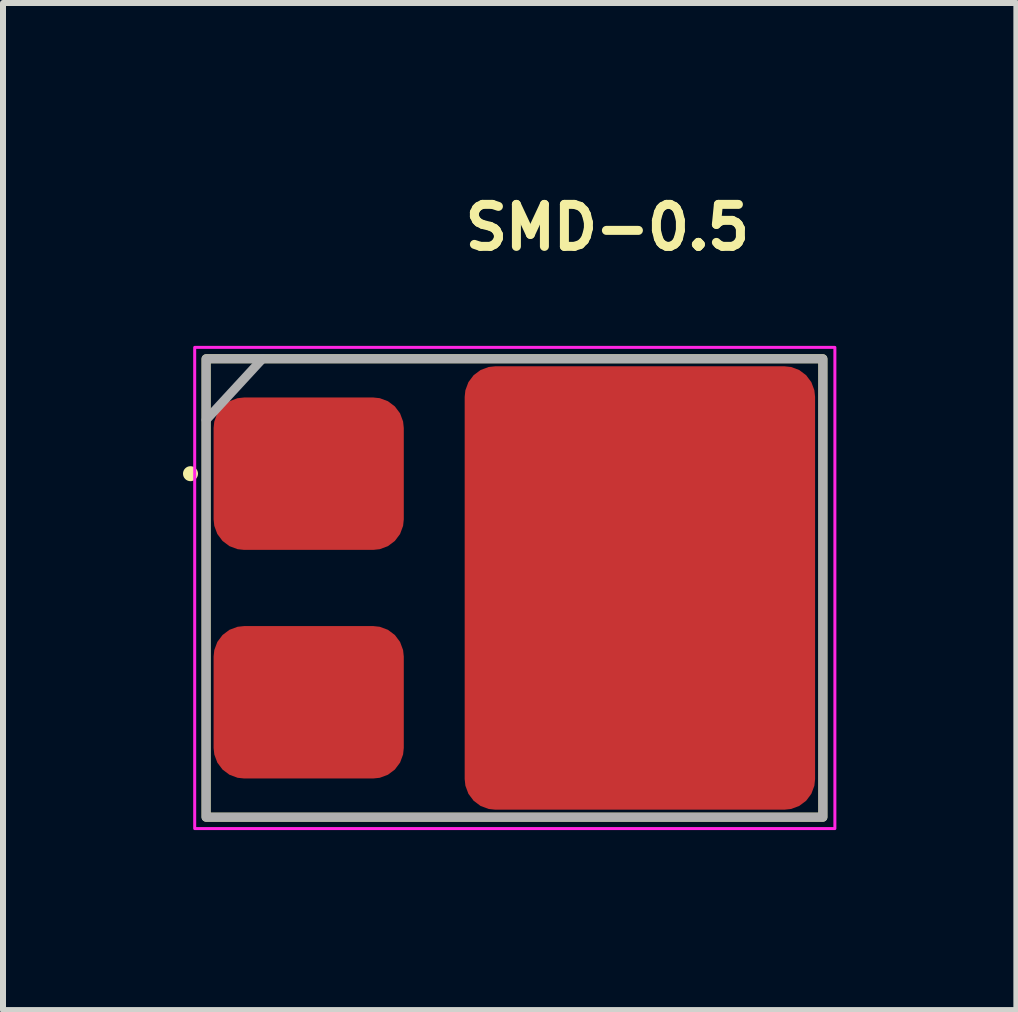
<source format=kicad_pcb>
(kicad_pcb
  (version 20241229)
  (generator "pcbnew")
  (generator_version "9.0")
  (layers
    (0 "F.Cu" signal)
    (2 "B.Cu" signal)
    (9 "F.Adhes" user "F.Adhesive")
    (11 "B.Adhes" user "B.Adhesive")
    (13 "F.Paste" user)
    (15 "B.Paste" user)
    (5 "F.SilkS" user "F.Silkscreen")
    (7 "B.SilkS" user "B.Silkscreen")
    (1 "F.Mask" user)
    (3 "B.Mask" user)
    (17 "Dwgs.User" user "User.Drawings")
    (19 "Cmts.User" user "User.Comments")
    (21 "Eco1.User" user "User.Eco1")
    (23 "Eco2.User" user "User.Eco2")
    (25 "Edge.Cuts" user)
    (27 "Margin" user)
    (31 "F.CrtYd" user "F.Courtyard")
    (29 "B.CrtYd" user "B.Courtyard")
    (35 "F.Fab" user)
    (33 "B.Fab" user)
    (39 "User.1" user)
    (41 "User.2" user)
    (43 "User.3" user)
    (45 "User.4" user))
  (footprint "SMD-0.5"
    (layer "F.Cu")
    (at 5.525 6.75)
    (property "Reference" "SMD-0.5" (at -0.9 -5.6 0) (layer "F.SilkS") (effects (font (size 0.7 0.7) (thickness 0.15)) (justify left bottom)))
    (attr smd)
    (fp_rect (start -5.14 -3.82) (end 5.14 3.82) (stroke (width 0.15) (type solid)) (fill no) (layer "F.SilkS"))
    (fp_circle (center -5.4 -1.905) (end -5.35 -1.905) (stroke (width 0.15) (type solid)) (fill yes) (layer "F.SilkS"))
    (fp_rect (start -5.33 -4.01) (end 5.34 4.01) (stroke (width 0.05) (type solid)) (fill no) (layer "F.CrtYd"))
    (fp_line (start -4.2 -3.82) (end -5.14 -2.8) (stroke (width 0.15) (type default)) (layer "F.Fab"))
    (fp_rect (start -5.14 -3.82) (end 5.14 3.82) (stroke (width 0.15) (type solid)) (fill no) (layer "F.Fab"))
    (fp_rect (start -5.08 -3.759) (end 5.08 3.759) (stroke (width 0.1) (type solid)) (fill no) (layer "User.5"))
    (fp_line (start -5.08 -3.251) (end -5.08 3.251) (stroke (width 0.02) (type solid)) (layer "User.9"))
    (fp_line (start -5.08 3.251) (end -5.076 3.312) (stroke (width 0.02) (type solid)) (layer "User.9"))
    (fp_line (start -5.076 -3.312) (end -5.08 -3.251) (stroke (width 0.02) (type solid)) (layer "User.9"))
    (fp_line (start -5.076 3.312) (end -5.065 3.373) (stroke (width 0.02) (type solid)) (layer "User.9"))
    (fp_line (start -5.065 -3.373) (end -5.076 -3.312) (stroke (width 0.02) (type solid)) (layer "User.9"))
    (fp_line (start -5.065 3.373) (end -5.047 3.431) (stroke (width 0.02) (type solid)) (layer "User.9"))
    (fp_line (start -5.047 -3.431) (end -5.065 -3.373) (stroke (width 0.02) (type solid)) (layer "User.9"))
    (fp_line (start -5.047 3.431) (end -5.022 3.487) (stroke (width 0.02) (type solid)) (layer "User.9"))
    (fp_line (start -5.022 -3.487) (end -5.047 -3.431) (stroke (width 0.02) (type solid)) (layer "User.9"))
    (fp_line (start -5.022 3.487) (end -4.99 3.54) (stroke (width 0.02) (type solid)) (layer "User.9"))
    (fp_line (start -4.99 -3.54) (end -5.022 -3.487) (stroke (width 0.02) (type solid)) (layer "User.9"))
    (fp_line (start -4.99 3.54) (end -4.952 3.588) (stroke (width 0.02) (type solid)) (layer "User.9"))
    (fp_line (start -4.952 -3.588) (end -4.99 -3.54) (stroke (width 0.02) (type solid)) (layer "User.9"))
    (fp_line (start -4.952 3.588) (end -4.909 3.631) (stroke (width 0.02) (type solid)) (layer "User.9"))
    (fp_line (start -4.909 -3.631) (end -4.952 -3.588) (stroke (width 0.02) (type solid)) (layer "User.9"))
    (fp_line (start -4.909 3.631) (end -4.861 3.669) (stroke (width 0.02) (type solid)) (layer "User.9"))
    (fp_line (start -4.902 -3.251) (end -4.902 3.251) (stroke (width 0.02) (type solid)) (layer "User.9"))
    (fp_line (start -4.902 3.251) (end -4.899 3.298) (stroke (width 0.02) (type solid)) (layer "User.9"))
    (fp_line (start -4.899 -3.298) (end -4.902 -3.251) (stroke (width 0.02) (type solid)) (layer "User.9"))
    (fp_line (start -4.899 3.298) (end -4.889 3.344) (stroke (width 0.02) (type solid)) (layer "User.9"))
    (fp_line (start -4.889 -3.344) (end -4.899 -3.298) (stroke (width 0.02) (type solid)) (layer "User.9"))
    (fp_line (start -4.889 3.344) (end -4.872 3.388) (stroke (width 0.02) (type solid)) (layer "User.9"))
    (fp_line (start -4.872 -3.388) (end -4.889 -3.344) (stroke (width 0.02) (type solid)) (layer "User.9"))
    (fp_line (start -4.872 3.388) (end -4.85 3.43) (stroke (width 0.02) (type solid)) (layer "User.9"))
    (fp_line (start -4.861 -3.669) (end -4.909 -3.631) (stroke (width 0.02) (type solid)) (layer "User.9"))
    (fp_line (start -4.861 3.669) (end -4.808 3.701) (stroke (width 0.02) (type solid)) (layer "User.9"))
    (fp_line (start -4.85 -3.43) (end -4.872 -3.388) (stroke (width 0.02) (type solid)) (layer "User.9"))
    (fp_line (start -4.85 3.43) (end -4.822 3.467) (stroke (width 0.02) (type solid)) (layer "User.9"))
    (fp_line (start -4.822 -3.467) (end -4.85 -3.43) (stroke (width 0.02) (type solid)) (layer "User.9"))
    (fp_line (start -4.822 3.467) (end -4.788 3.501) (stroke (width 0.02) (type solid)) (layer "User.9"))
    (fp_line (start -4.808 -3.701) (end -4.861 -3.669) (stroke (width 0.02) (type solid)) (layer "User.9"))
    (fp_line (start -4.808 3.701) (end -4.752 3.726) (stroke (width 0.02) (type solid)) (layer "User.9"))
    (fp_line (start -4.788 -3.501) (end -4.822 -3.467) (stroke (width 0.02) (type solid)) (layer "User.9"))
    (fp_line (start -4.788 3.501) (end -4.751 3.529) (stroke (width 0.02) (type solid)) (layer "User.9"))
    (fp_line (start -4.752 -3.726) (end -4.808 -3.701) (stroke (width 0.02) (type solid)) (layer "User.9"))
    (fp_line (start -4.752 3.726) (end -4.694 3.744) (stroke (width 0.02) (type solid)) (layer "User.9"))
    (fp_line (start -4.751 -3.529) (end -4.788 -3.501) (stroke (width 0.02) (type solid)) (layer "User.9"))
    (fp_line (start -4.751 3.529) (end -4.709 3.552) (stroke (width 0.02) (type solid)) (layer "User.9"))
    (fp_line (start -4.709 -3.552) (end -4.751 -3.529) (stroke (width 0.02) (type solid)) (layer "User.9"))
    (fp_line (start -4.709 3.552) (end -4.665 3.568) (stroke (width 0.02) (type solid)) (layer "User.9"))
    (fp_line (start -4.694 -3.744) (end -4.752 -3.726) (stroke (width 0.02) (type solid)) (layer "User.9"))
    (fp_line (start -4.694 3.744) (end -4.633 3.755) (stroke (width 0.02) (type solid)) (layer "User.9"))
    (fp_line (start -4.665 -3.568) (end -4.709 -3.552) (stroke (width 0.02) (type solid)) (layer "User.9"))
    (fp_line (start -4.665 3.568) (end -4.619 3.578) (stroke (width 0.02) (type solid)) (layer "User.9"))
    (fp_line (start -4.633 -3.755) (end -4.694 -3.744) (stroke (width 0.02) (type solid)) (layer "User.9"))
    (fp_line (start -4.633 3.755) (end -4.572 3.759) (stroke (width 0.02) (type solid)) (layer "User.9"))
    (fp_line (start -4.619 -3.578) (end -4.665 -3.568) (stroke (width 0.02) (type solid)) (layer "User.9"))
    (fp_line (start -4.619 3.578) (end -4.572 3.581) (stroke (width 0.02) (type solid)) (layer "User.9"))
    (fp_line (start -4.572 -3.759) (end -4.633 -3.755) (stroke (width 0.02) (type solid)) (layer "User.9"))
    (fp_line (start -4.572 -3.581) (end -4.619 -3.578) (stroke (width 0.02) (type solid)) (layer "User.9"))
    (fp_line (start -4.572 3.581) (end 4.572 3.581) (stroke (width 0.02) (type solid)) (layer "User.9"))
    (fp_line (start -4.572 3.759) (end 4.572 3.759) (stroke (width 0.02) (type solid)) (layer "User.9"))
    (fp_line (start 4.572 -3.759) (end -4.572 -3.759) (stroke (width 0.02) (type solid)) (layer "User.9"))
    (fp_line (start 4.572 -3.581) (end -4.572 -3.581) (stroke (width 0.02) (type solid)) (layer "User.9"))
    (fp_line (start 4.572 3.581) (end 4.619 3.578) (stroke (width 0.02) (type solid)) (layer "User.9"))
    (fp_line (start 4.572 3.759) (end 4.633 3.755) (stroke (width 0.02) (type solid)) (layer "User.9"))
    (fp_line (start 4.619 -3.578) (end 4.572 -3.581) (stroke (width 0.02) (type solid)) (layer "User.9"))
    (fp_line (start 4.619 3.578) (end 4.665 3.568) (stroke (width 0.02) (type solid)) (layer "User.9"))
    (fp_line (start 4.633 -3.755) (end 4.572 -3.759) (stroke (width 0.02) (type solid)) (layer "User.9"))
    (fp_line (start 4.633 3.755) (end 4.694 3.744) (stroke (width 0.02) (type solid)) (layer "User.9"))
    (fp_line (start 4.665 -3.568) (end 4.619 -3.578) (stroke (width 0.02) (type solid)) (layer "User.9"))
    (fp_line (start 4.665 3.568) (end 4.709 3.552) (stroke (width 0.02) (type solid)) (layer "User.9"))
    (fp_line (start 4.694 -3.744) (end 4.633 -3.755) (stroke (width 0.02) (type solid)) (layer "User.9"))
    (fp_line (start 4.694 3.744) (end 4.752 3.726) (stroke (width 0.02) (type solid)) (layer "User.9"))
    (fp_line (start 4.709 -3.552) (end 4.665 -3.568) (stroke (width 0.02) (type solid)) (layer "User.9"))
    (fp_line (start 4.709 3.552) (end 4.751 3.529) (stroke (width 0.02) (type solid)) (layer "User.9"))
    (fp_line (start 4.751 -3.529) (end 4.709 -3.552) (stroke (width 0.02) (type solid)) (layer "User.9"))
    (fp_line (start 4.751 3.529) (end 4.788 3.501) (stroke (width 0.02) (type solid)) (layer "User.9"))
    (fp_line (start 4.752 -3.726) (end 4.694 -3.744) (stroke (width 0.02) (type solid)) (layer "User.9"))
    (fp_line (start 4.752 3.726) (end 4.808 3.701) (stroke (width 0.02) (type solid)) (layer "User.9"))
    (fp_line (start 4.788 -3.501) (end 4.751 -3.529) (stroke (width 0.02) (type solid)) (layer "User.9"))
    (fp_line (start 4.788 3.501) (end 4.822 3.467) (stroke (width 0.02) (type solid)) (layer "User.9"))
    (fp_line (start 4.808 -3.701) (end 4.752 -3.726) (stroke (width 0.02) (type solid)) (layer "User.9"))
    (fp_line (start 4.808 3.701) (end 4.861 3.669) (stroke (width 0.02) (type solid)) (layer "User.9"))
    (fp_line (start 4.822 -3.467) (end 4.788 -3.501) (stroke (width 0.02) (type solid)) (layer "User.9"))
    (fp_line (start 4.822 3.467) (end 4.85 3.43) (stroke (width 0.02) (type solid)) (layer "User.9"))
    (fp_line (start 4.85 -3.43) (end 4.822 -3.467) (stroke (width 0.02) (type solid)) (layer "User.9"))
    (fp_line (start 4.85 3.43) (end 4.872 3.388) (stroke (width 0.02) (type solid)) (layer "User.9"))
    (fp_line (start 4.861 -3.669) (end 4.808 -3.701) (stroke (width 0.02) (type solid)) (layer "User.9"))
    (fp_line (start 4.861 3.669) (end 4.909 3.631) (stroke (width 0.02) (type solid)) (layer "User.9"))
    (fp_line (start 4.872 -3.388) (end 4.85 -3.43) (stroke (width 0.02) (type solid)) (layer "User.9"))
    (fp_line (start 4.872 3.388) (end 4.889 3.344) (stroke (width 0.02) (type solid)) (layer "User.9"))
    (fp_line (start 4.889 -3.344) (end 4.872 -3.388) (stroke (width 0.02) (type solid)) (layer "User.9"))
    (fp_line (start 4.889 3.344) (end 4.899 3.298) (stroke (width 0.02) (type solid)) (layer "User.9"))
    (fp_line (start 4.899 -3.298) (end 4.889 -3.344) (stroke (width 0.02) (type solid)) (layer "User.9"))
    (fp_line (start 4.899 3.298) (end 4.902 3.251) (stroke (width 0.02) (type solid)) (layer "User.9"))
    (fp_line (start 4.902 -3.251) (end 4.899 -3.298) (stroke (width 0.02) (type solid)) (layer "User.9"))
    (fp_line (start 4.902 3.251) (end 4.902 -3.251) (stroke (width 0.02) (type solid)) (layer "User.9"))
    (fp_line (start 4.909 -3.631) (end 4.861 -3.669) (stroke (width 0.02) (type solid)) (layer "User.9"))
    (fp_line (start 4.909 3.631) (end 4.952 3.588) (stroke (width 0.02) (type solid)) (layer "User.9"))
    (fp_line (start 4.952 -3.588) (end 4.909 -3.631) (stroke (width 0.02) (type solid)) (layer "User.9"))
    (fp_line (start 4.952 3.588) (end 4.99 3.54) (stroke (width 0.02) (type solid)) (layer "User.9"))
    (fp_line (start 4.99 -3.54) (end 4.952 -3.588) (stroke (width 0.02) (type solid)) (layer "User.9"))
    (fp_line (start 4.99 3.54) (end 5.022 3.487) (stroke (width 0.02) (type solid)) (layer "User.9"))
    (fp_line (start 5.022 -3.487) (end 4.99 -3.54) (stroke (width 0.02) (type solid)) (layer "User.9"))
    (fp_line (start 5.022 3.487) (end 5.047 3.431) (stroke (width 0.02) (type solid)) (layer "User.9"))
    (fp_line (start 5.047 -3.431) (end 5.022 -3.487) (stroke (width 0.02) (type solid)) (layer "User.9"))
    (fp_line (start 5.047 3.431) (end 5.065 3.373) (stroke (width 0.02) (type solid)) (layer "User.9"))
    (fp_line (start 5.065 -3.373) (end 5.047 -3.431) (stroke (width 0.02) (type solid)) (layer "User.9"))
    (fp_line (start 5.065 3.373) (end 5.076 3.312) (stroke (width 0.02) (type solid)) (layer "User.9"))
    (fp_line (start 5.076 -3.312) (end 5.065 -3.373) (stroke (width 0.02) (type solid)) (layer "User.9"))
    (fp_line (start 5.076 3.312) (end 5.08 3.251) (stroke (width 0.02) (type solid)) (layer "User.9"))
    (fp_line (start 5.08 -3.251) (end 5.076 -3.312) (stroke (width 0.02) (type solid)) (layer "User.9"))
    (fp_line (start 5.08 3.251) (end 5.08 -3.251) (stroke (width 0.02) (type solid)) (layer "User.9"))
    (pad "1" smd roundrect (at -3.43 -1.905 90) (size 2.54 3.17) (layers "F.Cu" "F.Mask" "F.Paste") (roundrect_rratio 0.2))
    (pad "2" smd roundrect (at -3.43 1.905 90) (size 2.54 3.17) (layers "F.Cu" "F.Mask" "F.Paste") (roundrect_rratio 0.2))
    (pad "3" smd roundrect (at 2.09 0 90) (size 7.39 5.84) (layers "F.Cu" "F.Mask" "F.Paste") (roundrect_rratio 0.087)))
  (gr_rect
    (start -3 -3)
    (end 13.89 13.785)
    (stroke (width 0.1) (type default))
    (fill no)
    (layer "Edge.Cuts")))
</source>
